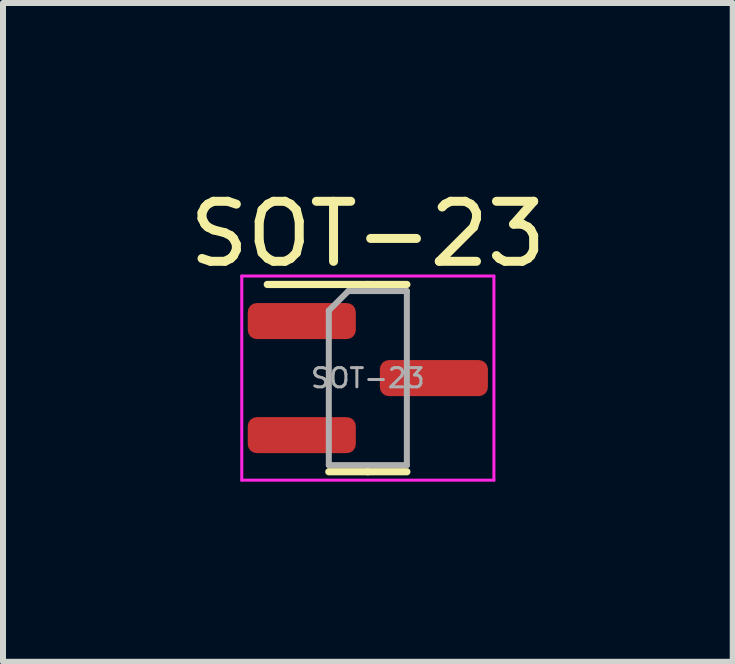
<source format=kicad_pcb>
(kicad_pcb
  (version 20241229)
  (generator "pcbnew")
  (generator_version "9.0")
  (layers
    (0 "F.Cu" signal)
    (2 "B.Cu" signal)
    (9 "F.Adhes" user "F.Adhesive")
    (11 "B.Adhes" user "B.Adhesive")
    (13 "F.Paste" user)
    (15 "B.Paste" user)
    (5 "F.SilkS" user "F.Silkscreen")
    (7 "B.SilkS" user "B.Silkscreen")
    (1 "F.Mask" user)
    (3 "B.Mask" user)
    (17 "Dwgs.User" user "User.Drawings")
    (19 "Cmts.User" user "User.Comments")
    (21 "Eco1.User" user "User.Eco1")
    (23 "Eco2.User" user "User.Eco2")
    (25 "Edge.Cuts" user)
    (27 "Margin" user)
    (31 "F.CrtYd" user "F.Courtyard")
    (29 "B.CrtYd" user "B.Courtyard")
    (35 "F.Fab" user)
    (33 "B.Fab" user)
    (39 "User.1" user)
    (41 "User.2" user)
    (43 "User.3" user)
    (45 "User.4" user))
  (footprint "SOT-23"
    (layer "F.Cu")
    (at 3.077 3.248)
    (property "Reference" "SOT-23" (at 0 -2.4 0) (layer "F.SilkS") (effects (font (size 1 1) (thickness 0.15))))
    (attr smd)
    (fp_line (start 0 -1.56) (end -1.675 -1.56) (stroke (width 0.12) (type solid)) (layer "F.SilkS"))
    (fp_line (start 0 -1.56) (end 0.65 -1.56) (stroke (width 0.12) (type solid)) (layer "F.SilkS"))
    (fp_line (start 0 1.56) (end -0.65 1.56) (stroke (width 0.12) (type solid)) (layer "F.SilkS"))
    (fp_line (start 0 1.56) (end 0.65 1.56) (stroke (width 0.12) (type solid)) (layer "F.SilkS"))
    (fp_line (start -2.1 -1.7) (end -2.1 1.7) (stroke (width 0.05) (type solid)) (layer "F.CrtYd"))
    (fp_line (start -2.1 1.7) (end 2.1 1.7) (stroke (width 0.05) (type solid)) (layer "F.CrtYd"))
    (fp_line (start 2.1 -1.7) (end -2.1 -1.7) (stroke (width 0.05) (type solid)) (layer "F.CrtYd"))
    (fp_line (start 2.1 1.7) (end 2.1 -1.7) (stroke (width 0.05) (type solid)) (layer "F.CrtYd"))
    (fp_line (start -0.65 -1.125) (end -0.325 -1.45) (stroke (width 0.1) (type solid)) (layer "F.Fab"))
    (fp_line (start -0.65 1.45) (end -0.65 -1.125) (stroke (width 0.1) (type solid)) (layer "F.Fab"))
    (fp_line (start -0.325 -1.45) (end 0.65 -1.45) (stroke (width 0.1) (type solid)) (layer "F.Fab"))
    (fp_line (start 0.65 -1.45) (end 0.65 1.45) (stroke (width 0.1) (type solid)) (layer "F.Fab"))
    (fp_line (start 0.65 1.45) (end -0.65 1.45) (stroke (width 0.1) (type solid)) (layer "F.Fab"))
    (fp_text user "${REFERENCE}" (at 0 0 0) (layer "F.Fab") (effects (font (size 0.32 0.32) (thickness 0.05))))
    (pad "1" smd roundrect (at -1.1 -0.95) (size 1.8 0.6) (layers "F.Cu" "F.Mask" "F.Paste") (roundrect_rratio 0.25))
    (pad "2" smd roundrect (at -1.1 0.95) (size 1.8 0.6) (layers "F.Cu" "F.Mask" "F.Paste") (roundrect_rratio 0.25))
    (pad "3" smd roundrect (at 1.1 0) (size 1.8 0.6) (layers "F.Cu" "F.Mask" "F.Paste") (roundrect_rratio 0.25)))
  (gr_rect
    (start -3 -3)
    (end 9.155 7.973)
    (stroke (width 0.1) (type default))
    (fill no)
    (layer "Edge.Cuts")))
</source>
